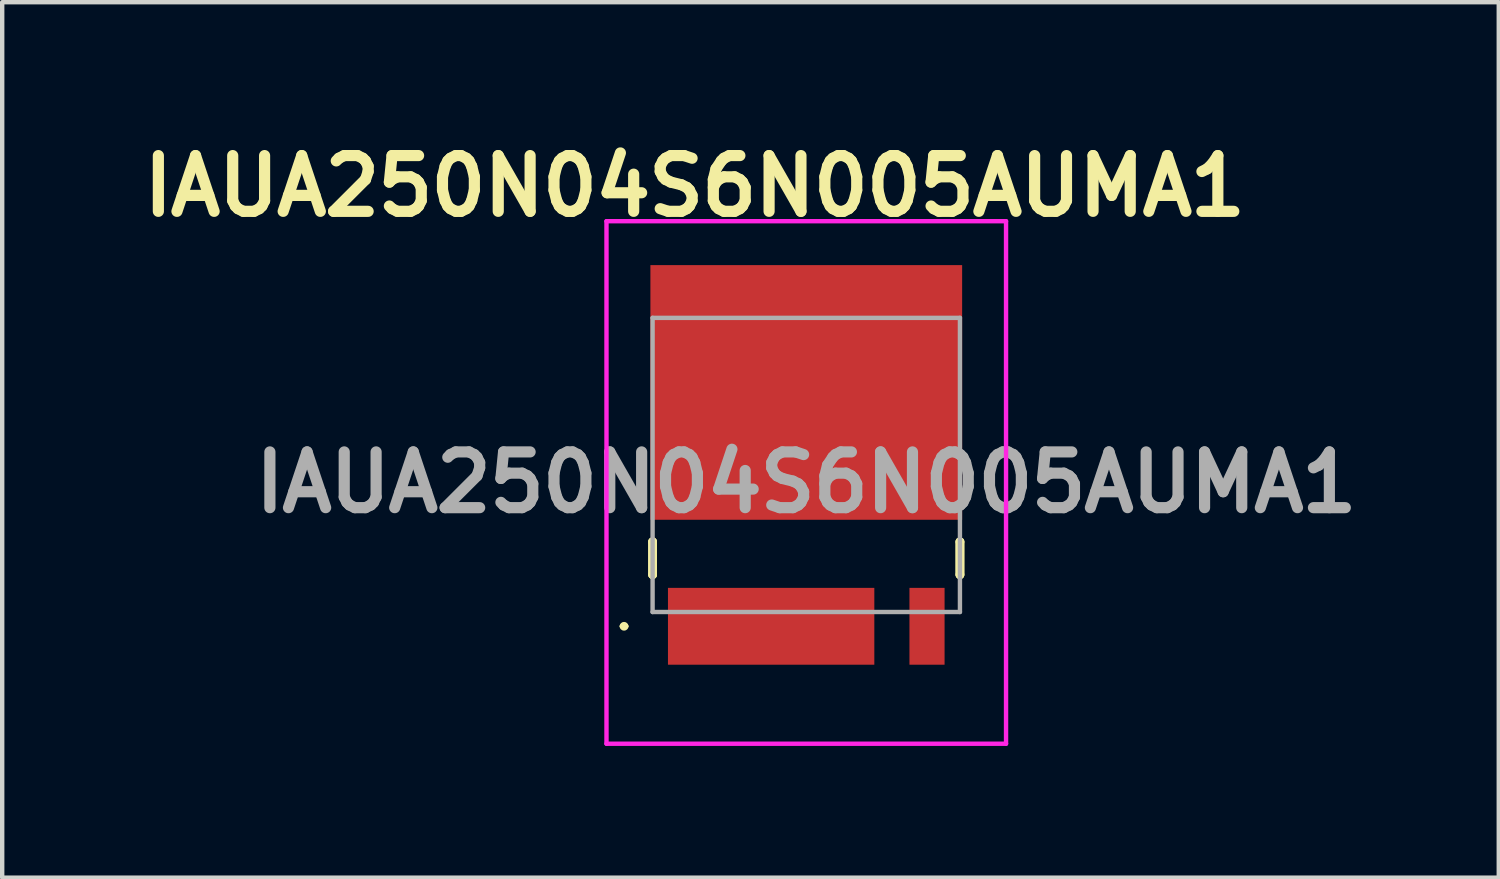
<source format=kicad_pcb>
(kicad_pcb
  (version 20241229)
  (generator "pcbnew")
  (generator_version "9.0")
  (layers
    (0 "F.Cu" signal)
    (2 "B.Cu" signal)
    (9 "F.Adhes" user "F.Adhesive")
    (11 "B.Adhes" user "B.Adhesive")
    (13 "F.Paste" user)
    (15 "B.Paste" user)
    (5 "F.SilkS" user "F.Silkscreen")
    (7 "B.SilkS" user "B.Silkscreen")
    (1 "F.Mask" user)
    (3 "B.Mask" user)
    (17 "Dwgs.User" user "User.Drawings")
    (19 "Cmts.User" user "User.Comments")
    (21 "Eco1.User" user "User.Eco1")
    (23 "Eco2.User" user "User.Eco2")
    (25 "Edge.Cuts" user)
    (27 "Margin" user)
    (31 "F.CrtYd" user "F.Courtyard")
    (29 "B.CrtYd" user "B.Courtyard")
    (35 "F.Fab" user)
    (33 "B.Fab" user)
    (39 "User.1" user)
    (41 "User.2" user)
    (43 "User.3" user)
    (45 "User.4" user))
  (footprint "IAUA250N04S6N005AUMA1"
    (layer "F.Cu")
    (at 15.313 7.539)
    (property "Reference" "IAUA250N04S6N005AUMA1" (at -2.54 -6.35 0) (layer "F.SilkS") (effects (font (size 1.27 1.27) (thickness 0.254))))
    (attr smd)
    (fp_line (start -4.2 3.675) (end -4.2 3.675) (stroke (width 0.1) (type solid)) (layer "F.SilkS"))
    (fp_line (start -4.1 3.675) (end -4.1 3.675) (stroke (width 0.1) (type solid)) (layer "F.SilkS"))
    (fp_line (start -3.5 1.75) (end -3.5 1.75) (stroke (width 0.2) (type solid)) (layer "F.SilkS"))
    (fp_line (start -3.5 1.75) (end -3.5 2.5) (stroke (width 0.2) (type solid)) (layer "F.SilkS"))
    (fp_line (start -3.5 2.5) (end -3.5 1.75) (stroke (width 0.2) (type solid)) (layer "F.SilkS"))
    (fp_line (start -3.5 2.5) (end -3.5 2.5) (stroke (width 0.2) (type solid)) (layer "F.SilkS"))
    (fp_line (start 3.5 1.75) (end 3.5 1.75) (stroke (width 0.2) (type solid)) (layer "F.SilkS"))
    (fp_line (start 3.5 1.75) (end 3.5 2.5) (stroke (width 0.2) (type solid)) (layer "F.SilkS"))
    (fp_line (start 3.5 2.5) (end 3.5 1.75) (stroke (width 0.2) (type solid)) (layer "F.SilkS"))
    (fp_line (start 3.5 2.5) (end 3.5 2.5) (stroke (width 0.2) (type solid)) (layer "F.SilkS"))
    (fp_arc (start -4.2 3.675) (mid -4.15 3.625) (end -4.1 3.675) (stroke (width 0.1) (type solid)) (layer "F.SilkS"))
    (fp_arc (start -4.1 3.675) (mid -4.15 3.725) (end -4.2 3.675) (stroke (width 0.1) (type solid)) (layer "F.SilkS"))
    (fp_line (start -4.55 -5.551) (end 4.55 -5.551) (stroke (width 0.1) (type solid)) (layer "F.CrtYd"))
    (fp_line (start -4.55 6.35) (end -4.55 -5.551) (stroke (width 0.1) (type solid)) (layer "F.CrtYd"))
    (fp_line (start 4.55 -5.551) (end 4.55 6.35) (stroke (width 0.1) (type solid)) (layer "F.CrtYd"))
    (fp_line (start 4.55 6.35) (end -4.55 6.35) (stroke (width 0.1) (type solid)) (layer "F.CrtYd"))
    (fp_line (start -3.5 -3.35) (end -3.5 3.35) (stroke (width 0.1) (type solid)) (layer "F.Fab"))
    (fp_line (start -3.5 3.35) (end 3.5 3.35) (stroke (width 0.1) (type solid)) (layer "F.Fab"))
    (fp_line (start 3.5 -3.35) (end -3.5 -3.35) (stroke (width 0.1) (type solid)) (layer "F.Fab"))
    (fp_line (start 3.5 3.35) (end 3.5 -3.35) (stroke (width 0.1) (type solid)) (layer "F.Fab"))
    (fp_text user "${REFERENCE}" (at 0 0.399 0) (layer "F.Fab") (effects (font (size 1.27 1.27) (thickness 0.254))))
    (pad "1" smd rect (at -0.8 3.675 90) (size 1.75 4.7) (layers "F.Cu" "F.Mask" "F.Paste"))
    (pad "2" smd rect (at 2.75 3.675) (size 0.8 1.75) (layers "F.Cu" "F.Mask" "F.Paste"))
    (pad "3" smd rect (at 0 -1.651 90) (size 5.8 7.1) (layers "F.Cu" "F.Mask" "F.Paste")))
  (gr_rect
    (start -3 -3)
    (end 31.085 16.939)
    (stroke (width 0.1) (type default))
    (fill no)
    (layer "Edge.Cuts")))
</source>
